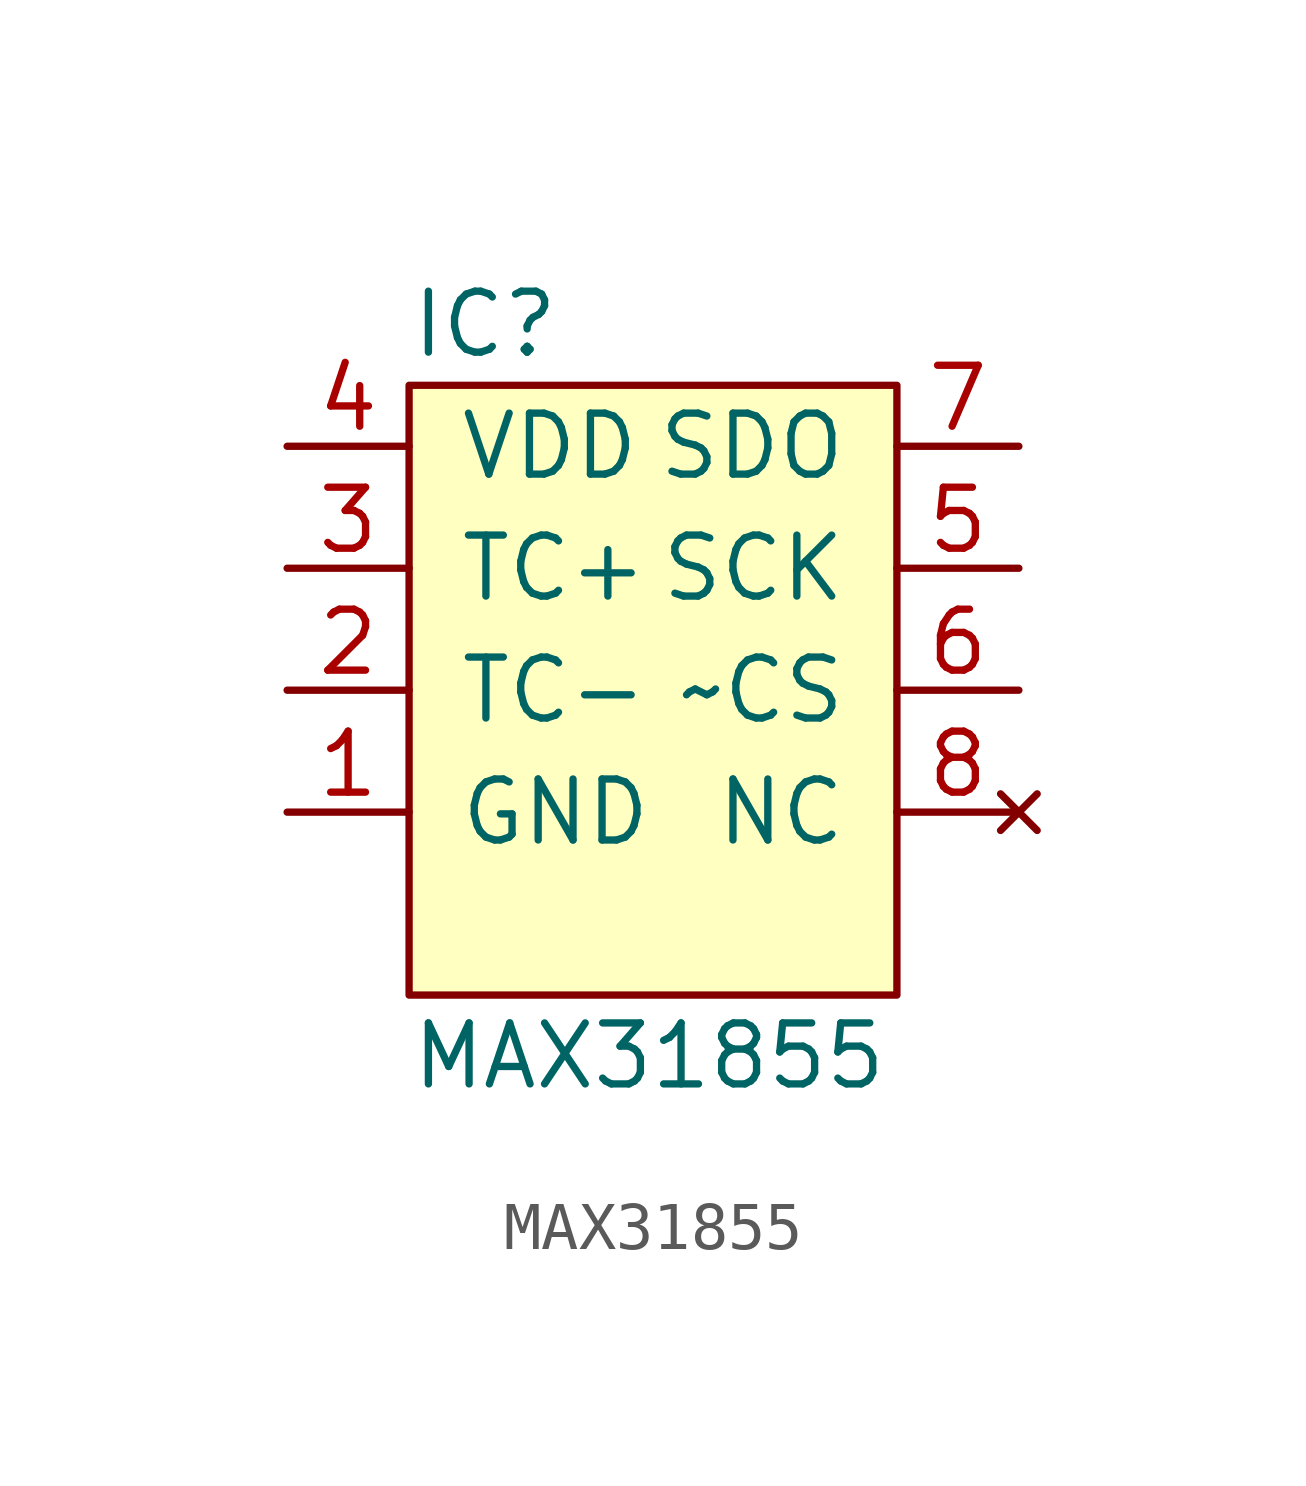
<source format=kicad_sym>
(kicad_symbol_lib
  (version 20211014)
  (generator agg_kicad.build_lib_ic)
  (symbol "MAX31855"
    (pin_names
      (offset 1.016))
    (property Reference IC
      (at -5.08 7.62 0)
      (effects (font (size 1.27 1.27)) (justify left)))
    (property Value "MAX31855"
      (at -5.08 -7.62 0)
      (effects (font (size 1.27 1.27)) (justify left)))
    (symbol "MAX31855_0_0"
      (rectangle (start -5.08 6.35) (end 5.08 -6.35) (stroke (width 0) (type default) (color 0 0 0 0)) (fill (type background)))
      (pin power_in line (at -7.62 5.08 0) (length 2.54) (name VDD (effects (font (size 1.27 1.27)))) (number "4" (effects (font (size 1.27 1.27)))))
      (pin input line (at -7.62 2.54 0) (length 2.54) (name "TC+" (effects (font (size 1.27 1.27)))) (number "3" (effects (font (size 1.27 1.27)))))
      (pin input line (at -7.62 0 0) (length 2.54) (name "TC-" (effects (font (size 1.27 1.27)))) (number "2" (effects (font (size 1.27 1.27)))))
      (pin power_in line (at -7.62 -2.54 0) (length 2.54) (name GND (effects (font (size 1.27 1.27)))) (number "1" (effects (font (size 1.27 1.27)))))
      (pin output line (at 7.62 5.08 180) (length 2.54) (name SDO (effects (font (size 1.27 1.27)))) (number "7" (effects (font (size 1.27 1.27)))))
      (pin input line (at 7.62 2.54 180) (length 2.54) (name SCK (effects (font (size 1.27 1.27)))) (number "5" (effects (font (size 1.27 1.27)))))
      (pin input line (at 7.62 0 180) (length 2.54) (name "~CS" (effects (font (size 1.27 1.27)))) (number "6" (effects (font (size 1.27 1.27)))))
      (pin no_connect line (at 7.62 -2.54 180) (length 2.54) (name NC (effects (font (size 1.27 1.27)))) (number "8" (effects (font (size 1.27 1.27))))))))
</source>
